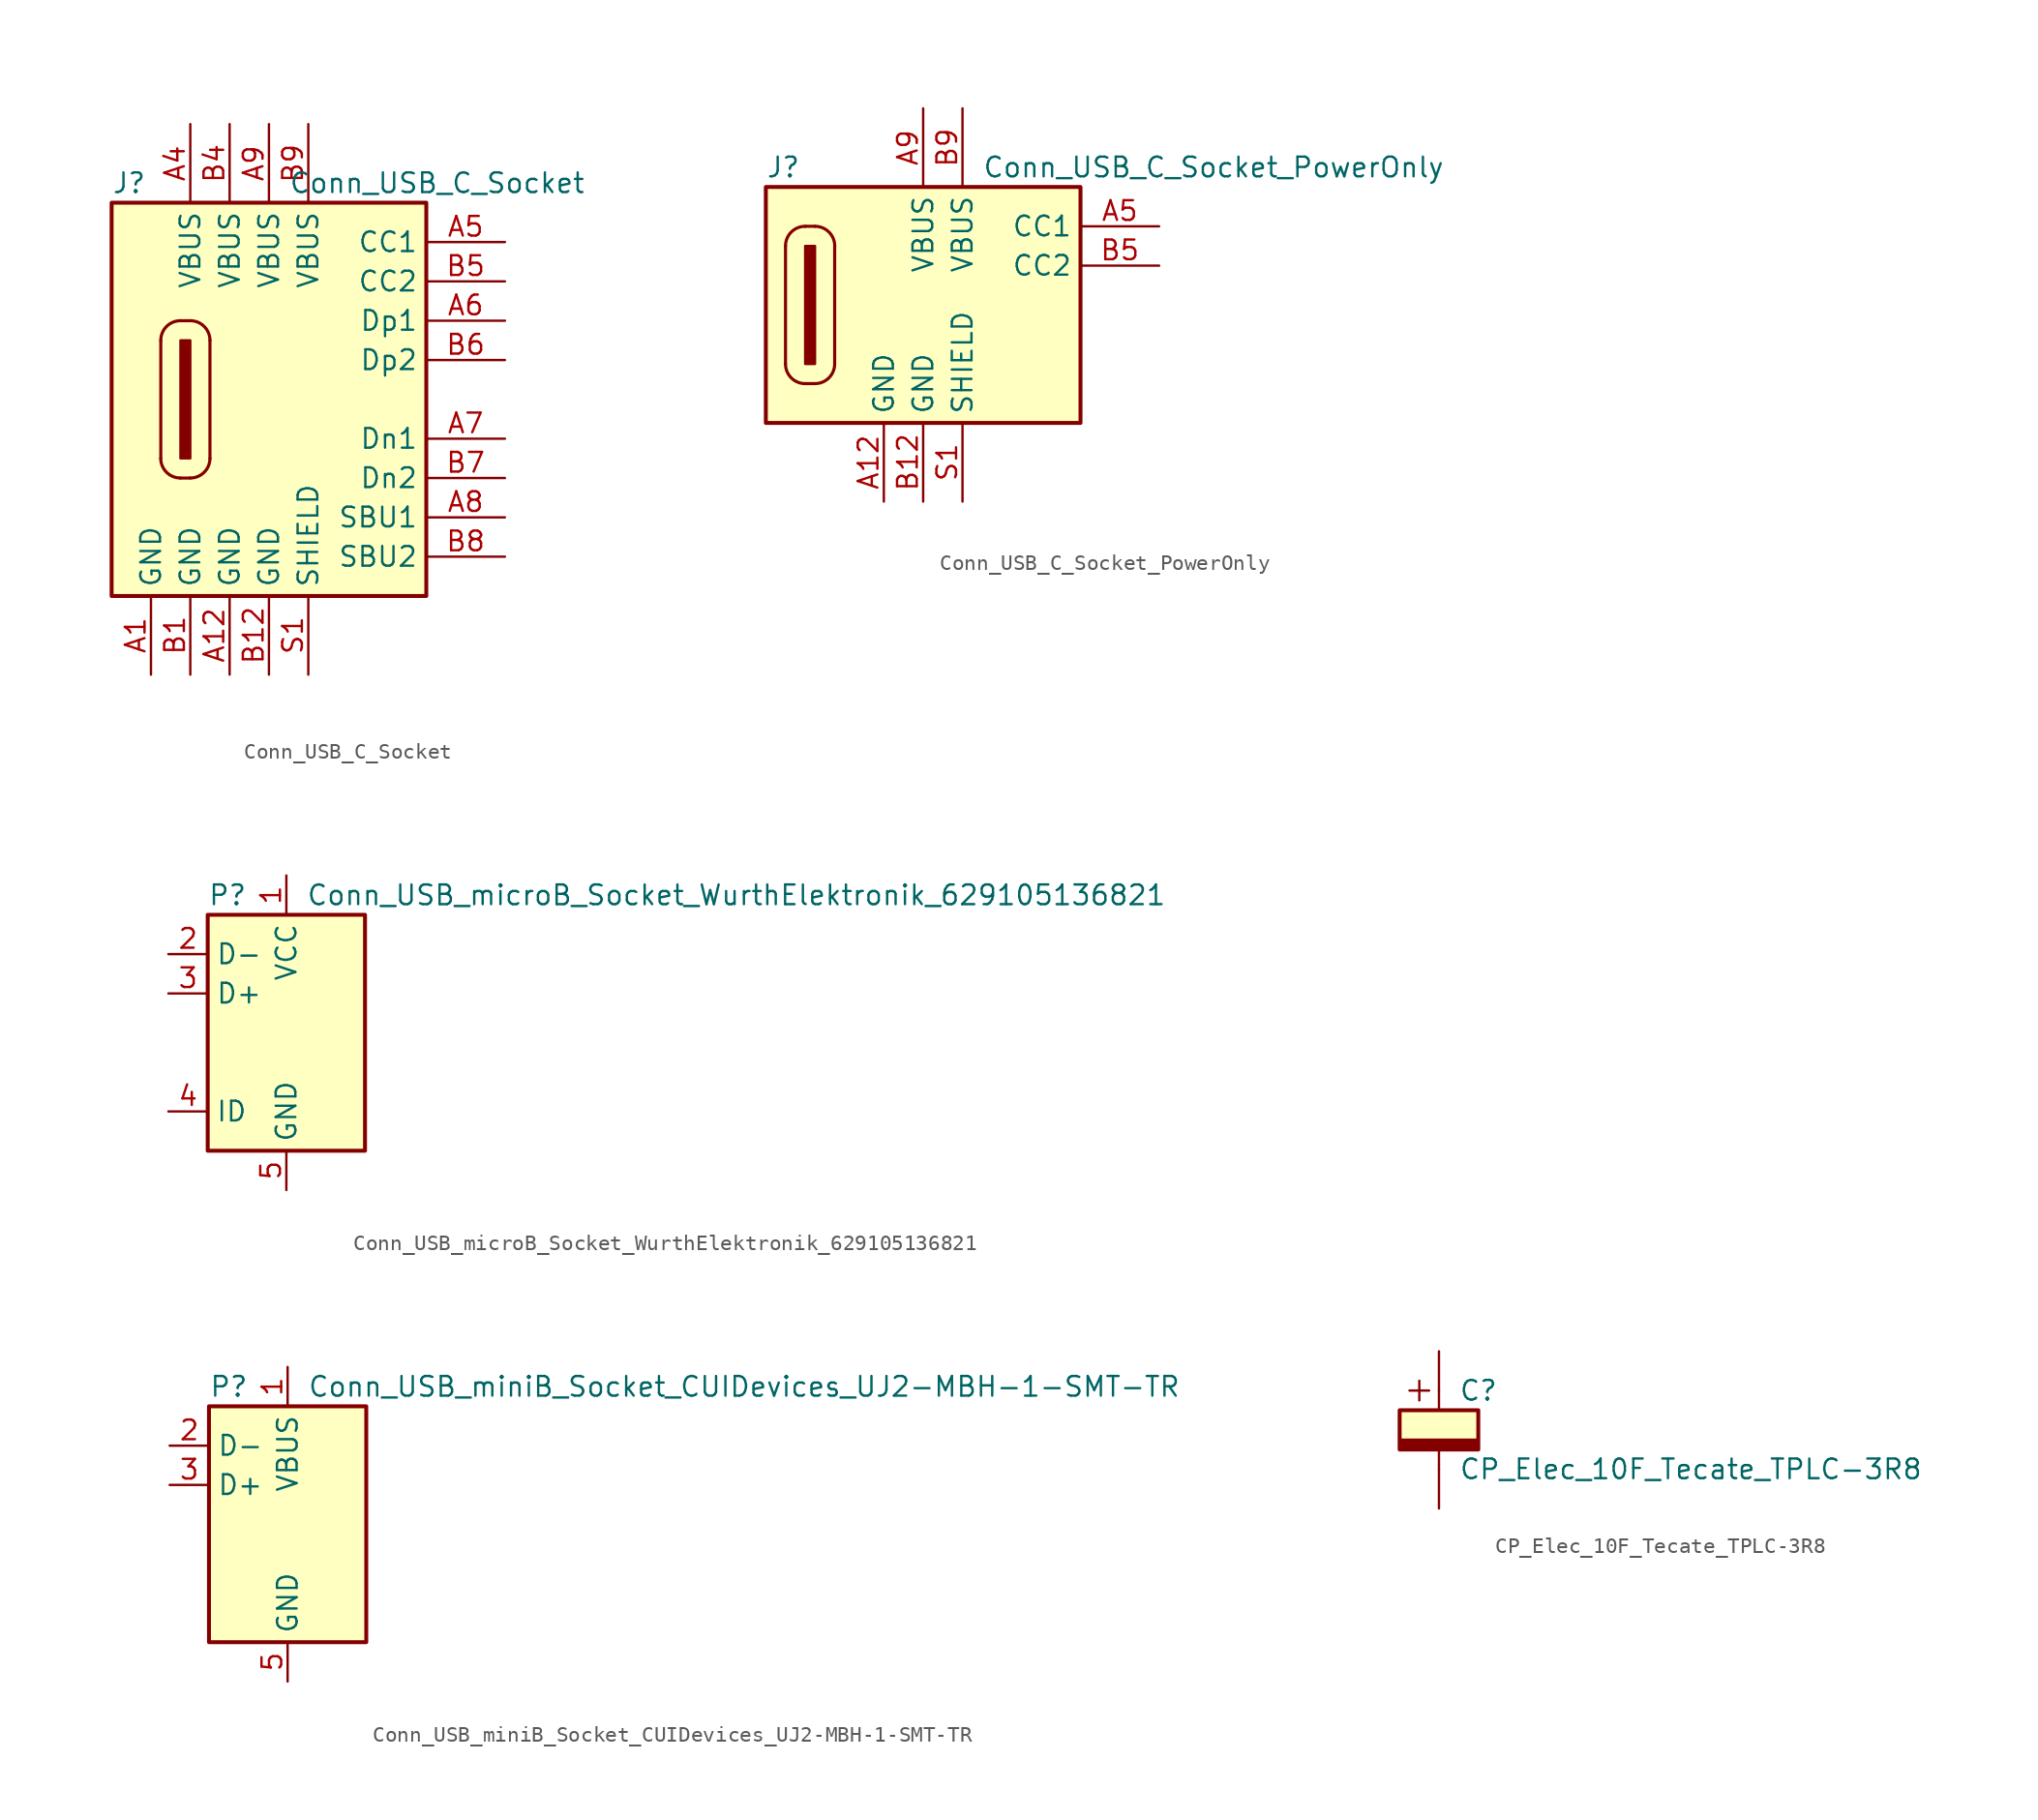
<source format=kicad_sym>
(kicad_symbol_lib
  (version 20231120)
  (generator "kicad_symbol_editor")
  (generator_version "8.0")
  (symbol "Conn_USB_C_Socket"
    (property "Reference" "J"
      (at -10.16 13.97 0)
      (effects (font (size 1.27 1.27)) (justify left)))
    (property "Value" "Conn_USB_C_Socket"
      (at 1.27 13.97 0)
      (effects (font (size 1.27 1.27)) (justify left)))
    (symbol "Conn_USB_C_Socket_0_1"
      (rectangle (start -10.16 12.7) (end 10.16 -12.7) (stroke (width 0.254) (type default)) (fill (type background)))
      (arc (start -6.985 -3.81) (mid -6.613 -4.708) (end -5.715 -5.08) (stroke (width 0.2) (type default)) (fill (type none)))
      (rectangle (start -5.715 3.81) (end -5.08 -3.81) (stroke (width 0) (type default)) (fill (type outline)))
      (arc (start -5.715 5.08) (mid -6.613 4.708) (end -6.985 3.81) (stroke (width 0.2) (type default)) (fill (type none)))
      (arc (start -5.08 -5.08) (mid -4.182 -4.708) (end -3.81 -3.81) (stroke (width 0.2) (type default)) (fill (type none)))
      (arc (start -3.81 3.81) (mid -4.182 4.708) (end -5.08 5.08) (stroke (width 0.2) (type default)) (fill (type none)))
      (polyline (pts (xy -6.985 3.81) (xy -6.985 -3.81)) (stroke (width 0.2) (type default)) (fill (type none)))
      (polyline (pts (xy -5.715 -5.08) (xy -5.08 -5.08)) (stroke (width 0.2) (type default)) (fill (type none)))
      (polyline (pts (xy -5.715 5.08) (xy -5.08 5.08)) (stroke (width 0.2) (type default)) (fill (type none)))
      (polyline (pts (xy -3.81 -3.81) (xy -3.81 3.81)) (stroke (width 0.2) (type default)) (fill (type none))))
    (symbol "Conn_USB_C_Socket_1_1"
      (pin power_in line (at -7.62 -17.78 90) (length 5.08) (name "GND" (effects (font (size 1.27 1.27)))) (number "A1" (effects (font (size 1.27 1.27)))))
      (pin power_in line (at -2.54 -17.78 90) (length 5.08) (name "GND" (effects (font (size 1.27 1.27)))) (number "A12" (effects (font (size 1.27 1.27)))))
      (pin power_in line (at -5.08 17.78 270) (length 5.08) (name "VBUS" (effects (font (size 1.27 1.27)))) (number "A4" (effects (font (size 1.27 1.27)))))
      (pin bidirectional line (at 15.24 10.16 180) (length 5.08) (name "CC1" (effects (font (size 1.27 1.27)))) (number "A5" (effects (font (size 1.27 1.27)))))
      (pin bidirectional line (at 15.24 5.08 180) (length 5.08) (name "Dp1" (effects (font (size 1.27 1.27)))) (number "A6" (effects (font (size 1.27 1.27)))))
      (pin bidirectional line (at 15.24 -2.54 180) (length 5.08) (name "Dn1" (effects (font (size 1.27 1.27)))) (number "A7" (effects (font (size 1.27 1.27)))))
      (pin bidirectional line (at 15.24 -7.62 180) (length 5.08) (name "SBU1" (effects (font (size 1.27 1.27)))) (number "A8" (effects (font (size 1.27 1.27)))))
      (pin power_in line (at 0 17.78 270) (length 5.08) (name "VBUS" (effects (font (size 1.27 1.27)))) (number "A9" (effects (font (size 1.27 1.27)))))
      (pin power_in line (at -5.08 -17.78 90) (length 5.08) (name "GND" (effects (font (size 1.27 1.27)))) (number "B1" (effects (font (size 1.27 1.27)))))
      (pin power_in line (at 0 -17.78 90) (length 5.08) (name "GND" (effects (font (size 1.27 1.27)))) (number "B12" (effects (font (size 1.27 1.27)))))
      (pin power_in line (at -2.54 17.78 270) (length 5.08) (name "VBUS" (effects (font (size 1.27 1.27)))) (number "B4" (effects (font (size 1.27 1.27)))))
      (pin bidirectional line (at 15.24 7.62 180) (length 5.08) (name "CC2" (effects (font (size 1.27 1.27)))) (number "B5" (effects (font (size 1.27 1.27)))))
      (pin bidirectional line (at 15.24 2.54 180) (length 5.08) (name "Dp2" (effects (font (size 1.27 1.27)))) (number "B6" (effects (font (size 1.27 1.27)))))
      (pin bidirectional line (at 15.24 -5.08 180) (length 5.08) (name "Dn2" (effects (font (size 1.27 1.27)))) (number "B7" (effects (font (size 1.27 1.27)))))
      (pin bidirectional line (at 15.24 -10.16 180) (length 5.08) (name "SBU2" (effects (font (size 1.27 1.27)))) (number "B8" (effects (font (size 1.27 1.27)))))
      (pin power_in line (at 2.54 17.78 270) (length 5.08) (name "VBUS" (effects (font (size 1.27 1.27)))) (number "B9" (effects (font (size 1.27 1.27)))))
      (pin power_in line (at 2.54 -17.78 90) (length 5.08) (name "SHIELD" (effects (font (size 1.27 1.27)))) (number "S1" (effects (font (size 1.27 1.27)))))))
  (symbol "Conn_USB_C_Socket_PowerOnly"
    (property "Reference" "J"
      (at -10.16 8.89 0)
      (effects (font (size 1.27 1.27)) (justify left)))
    (property "Value" "Conn_USB_C_Socket_PowerOnly"
      (at 3.81 8.89 0)
      (effects (font (size 1.27 1.27)) (justify left)))
    (symbol "Conn_USB_C_Socket_PowerOnly_0_1"
      (rectangle (start -10.16 7.62) (end 10.16 -7.62) (stroke (width 0.254) (type default)) (fill (type background)))
      (arc (start -8.89 -3.81) (mid -8.518 -4.708) (end -7.62 -5.08) (stroke (width 0.2) (type default)) (fill (type none)))
      (rectangle (start -7.62 3.81) (end -6.985 -3.81) (stroke (width 0) (type default)) (fill (type outline)))
      (arc (start -7.62 5.08) (mid -8.518 4.708) (end -8.89 3.81) (stroke (width 0.2) (type default)) (fill (type none)))
      (arc (start -6.985 -5.08) (mid -6.087 -4.708) (end -5.715 -3.81) (stroke (width 0.2) (type default)) (fill (type none)))
      (arc (start -5.715 3.81) (mid -6.087 4.708) (end -6.985 5.08) (stroke (width 0.2) (type default)) (fill (type none)))
      (polyline (pts (xy -8.89 3.81) (xy -8.89 -3.81)) (stroke (width 0.2) (type default)) (fill (type none)))
      (polyline (pts (xy -7.62 -5.08) (xy -6.985 -5.08)) (stroke (width 0.2) (type default)) (fill (type none)))
      (polyline (pts (xy -7.62 5.08) (xy -6.985 5.08)) (stroke (width 0.2) (type default)) (fill (type none)))
      (polyline (pts (xy -5.715 -3.81) (xy -5.715 3.81)) (stroke (width 0.2) (type default)) (fill (type none))))
    (symbol "Conn_USB_C_Socket_PowerOnly_1_1"
      (pin power_in line (at -2.54 -12.7 90) (length 5.08) (name "GND" (effects (font (size 1.27 1.27)))) (number "A12" (effects (font (size 1.27 1.27)))))
      (pin bidirectional line (at 15.24 5.08 180) (length 5.08) (name "CC1" (effects (font (size 1.27 1.27)))) (number "A5" (effects (font (size 1.27 1.27)))))
      (pin power_in line (at 0 12.7 270) (length 5.08) (name "VBUS" (effects (font (size 1.27 1.27)))) (number "A9" (effects (font (size 1.27 1.27)))))
      (pin power_in line (at 0 -12.7 90) (length 5.08) (name "GND" (effects (font (size 1.27 1.27)))) (number "B12" (effects (font (size 1.27 1.27)))))
      (pin bidirectional line (at 15.24 2.54 180) (length 5.08) (name "CC2" (effects (font (size 1.27 1.27)))) (number "B5" (effects (font (size 1.27 1.27)))))
      (pin power_in line (at 2.54 12.7 270) (length 5.08) (name "VBUS" (effects (font (size 1.27 1.27)))) (number "B9" (effects (font (size 1.27 1.27)))))
      (pin power_in line (at 2.54 -12.7 90) (length 5.08) (name "SHIELD" (effects (font (size 1.27 1.27)))) (number "S1" (effects (font (size 1.27 1.27)))))))
  (symbol "Conn_USB_microB_Socket_WurthElektronik_629105136821"
    (property "Reference" "P"
      (at -5.08 8.89 0)
      (effects (font (size 1.27 1.27)) (justify left)))
    (property "Value" "Conn_USB_microB_Socket_WurthElektronik_629105136821"
      (at 1.27 8.89 0)
      (effects (font (size 1.27 1.27)) (justify left)))
    (symbol "Conn_USB_microB_Socket_WurthElektronik_629105136821_0_1"
      (rectangle (start -5.08 7.62) (end 5.08 -7.62) (stroke (width 0.254) (type default)) (fill (type background))))
    (symbol "Conn_USB_microB_Socket_WurthElektronik_629105136821_1_1"
      (pin power_in line (at 0 10.16 270) (length 2.54) (name "VCC" (effects (font (size 1.27 1.27)))) (number "1" (effects (font (size 1.27 1.27)))))
      (pin bidirectional line (at -7.62 5.08 0) (length 2.54) (name "D-" (effects (font (size 1.27 1.27)))) (number "2" (effects (font (size 1.27 1.27)))))
      (pin bidirectional line (at -7.62 2.54 0) (length 2.54) (name "D+" (effects (font (size 1.27 1.27)))) (number "3" (effects (font (size 1.27 1.27)))))
      (pin bidirectional line (at -7.62 -5.08 0) (length 2.54) (name "ID" (effects (font (size 1.27 1.27)))) (number "4" (effects (font (size 1.27 1.27)))))
      (pin power_in line (at 0 -10.16 90) (length 2.54) (name "GND" (effects (font (size 1.27 1.27)))) (number "5" (effects (font (size 1.27 1.27)))))))
  (symbol "Conn_USB_miniB_Socket_CUIDevices_UJ2-MBH-1-SMT-TR"
    (property "Reference" "P"
      (at -5.08 8.89 0)
      (effects (font (size 1.27 1.27)) (justify left)))
    (property "Value" "Conn_USB_miniB_Socket_CUIDevices_UJ2-MBH-1-SMT-TR"
      (at 1.27 8.89 0)
      (effects (font (size 1.27 1.27)) (justify left)))
    (symbol "Conn_USB_miniB_Socket_CUIDevices_UJ2-MBH-1-SMT-TR_0_1"
      (rectangle (start -5.08 7.62) (end 5.08 -7.62) (stroke (width 0.254) (type default)) (fill (type background))))
    (symbol "Conn_USB_miniB_Socket_CUIDevices_UJ2-MBH-1-SMT-TR_1_1"
      (pin power_in line (at 0 10.16 270) (length 2.54) (name "VBUS" (effects (font (size 1.27 1.27)))) (number "1" (effects (font (size 1.27 1.27)))))
      (pin bidirectional line (at -7.62 5.08 0) (length 2.54) (name "D-" (effects (font (size 1.27 1.27)))) (number "2" (effects (font (size 1.27 1.27)))))
      (pin bidirectional line (at -7.62 2.54 0) (length 2.54) (name "D+" (effects (font (size 1.27 1.27)))) (number "3" (effects (font (size 1.27 1.27)))))
      (pin no_connect line (at -7.62 -5.08 0) (length 2.54) hide (name "NC" (effects (font (size 1.27 1.27)))) (number "4" (effects (font (size 1.27 1.27)))))
      (pin power_in line (at 0 -10.16 90) (length 2.54) (name "GND" (effects (font (size 1.27 1.27)))) (number "5" (effects (font (size 1.27 1.27)))))))
  (symbol "CP_Elec_10F_Tecate_TPLC-3R8"
    (pin_numbers hide)
    (property "Reference" "C"
      (at 1.27 2.54 0)
      (effects (font (size 1.27 1.27)) (justify left)))
    (property "Value" "CP_Elec_10F_Tecate_TPLC-3R8"
      (at 1.27 -2.54 0)
      (effects (font (size 1.27 1.27)) (justify left)))
    (symbol "CP_Elec_10F_Tecate_TPLC-3R8_0_1"
      (rectangle (start -2.54 -0.635) (end 2.54 -1.27) (stroke (width 0) (type default)) (fill (type outline)))
      (polyline (pts (xy -1.27 1.905) (xy -1.27 3.175)) (stroke (width 0) (type default)) (fill (type none)))
      (polyline (pts (xy -0.635 2.54) (xy -1.905 2.54)) (stroke (width 0) (type default)) (fill (type none)))
      (polyline (pts (xy 0 -1.27) (xy 0 -2.54)) (stroke (width 0) (type default)) (fill (type none)))
      (polyline (pts (xy 0 2.54) (xy 0 1.27)) (stroke (width 0) (type default)) (fill (type none)))
      (polyline (pts (xy -2.54 -1.27) (xy -2.54 1.27) (xy 2.54 1.27) (xy 2.54 -1.27) (xy -2.54 -1.27)) (stroke (width 0.254) (type default)) (fill (type background))))
    (symbol "CP_Elec_10F_Tecate_TPLC-3R8_1_1"
      (pin passive line (at 0 5.08 270) (length 2.54) (name "~" (effects (font (size 1.27 1.27)))) (number "1" (effects (font (size 1.27 1.27)))))
      (pin passive line (at 0 -5.08 90) (length 2.54) (name "~" (effects (font (size 1.27 1.27)))) (number "2" (effects (font (size 1.27 1.27))))))))
</source>
